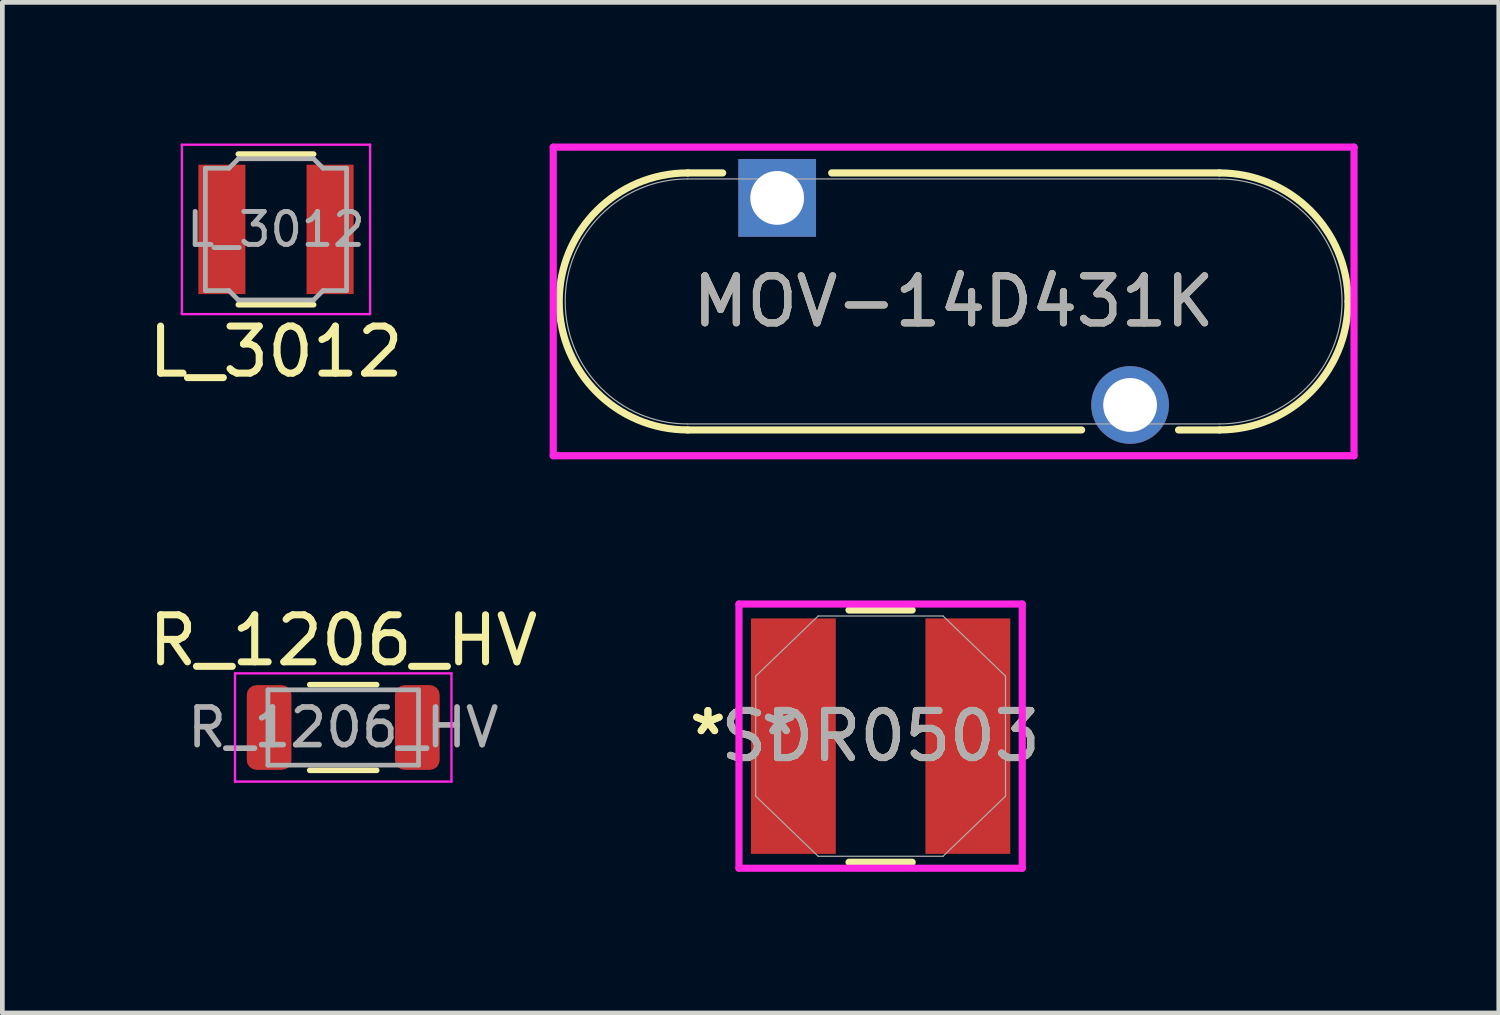
<source format=kicad_pcb>
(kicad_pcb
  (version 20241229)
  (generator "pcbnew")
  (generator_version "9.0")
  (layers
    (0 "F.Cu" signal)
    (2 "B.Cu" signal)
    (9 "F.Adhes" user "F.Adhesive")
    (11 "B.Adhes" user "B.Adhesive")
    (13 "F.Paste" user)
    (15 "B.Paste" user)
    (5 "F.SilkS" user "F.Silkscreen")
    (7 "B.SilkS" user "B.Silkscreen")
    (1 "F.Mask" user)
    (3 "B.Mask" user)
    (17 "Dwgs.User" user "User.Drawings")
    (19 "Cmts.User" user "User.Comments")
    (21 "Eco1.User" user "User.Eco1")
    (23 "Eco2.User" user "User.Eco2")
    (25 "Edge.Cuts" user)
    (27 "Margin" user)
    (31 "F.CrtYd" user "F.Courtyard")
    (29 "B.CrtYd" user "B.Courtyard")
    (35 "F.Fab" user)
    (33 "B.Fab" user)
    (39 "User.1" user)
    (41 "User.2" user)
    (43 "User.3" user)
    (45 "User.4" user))
  (footprint "MOV-14D431K"
    (layer "F.Cu")
    (at 17.216 3.356)
    (property "Reference" "MOV-14D431K" (at 0 0 0) (unlocked yes) (layer "F.SilkS") (effects (font (size 1 1) (thickness 0.15))))
    (attr through_hole)
    (fp_line (start -5.652 -2.731) (end -4.908 -2.731) (stroke (width 0.152) (type solid)) (layer "F.SilkS"))
    (fp_line (start -5.652 2.731) (end 2.72 2.731) (stroke (width 0.152) (type solid)) (layer "F.SilkS"))
    (fp_line (start -2.592 -2.731) (end 5.652 -2.731) (stroke (width 0.152) (type solid)) (layer "F.SilkS"))
    (fp_line (start 4.78 2.731) (end 5.652 2.731) (stroke (width 0.152) (type solid)) (layer "F.SilkS"))
    (fp_arc (start -5.6515 2.7305) (mid -8.382 0) (end -5.6515 -2.7305) (stroke (width 0.1524) (type solid)) (layer "F.SilkS"))
    (fp_arc (start 5.6515 -2.7305) (mid 7.582255 -1.930755) (end 8.382 0) (stroke (width 0.1524) (type solid)) (layer "F.SilkS"))
    (fp_arc (start 8.382 0) (mid 7.582255 1.930755) (end 5.6515 2.7305) (stroke (width 0.1524) (type solid)) (layer "F.SilkS"))
    (fp_line (start -8.509 -3.279) (end 8.509 -3.279) (stroke (width 0.152) (type solid)) (layer "F.CrtYd"))
    (fp_line (start -8.509 3.279) (end -8.509 -3.279) (stroke (width 0.152) (type solid)) (layer "F.CrtYd"))
    (fp_line (start 8.509 -3.279) (end 8.509 3.279) (stroke (width 0.152) (type solid)) (layer "F.CrtYd"))
    (fp_line (start 8.509 3.279) (end -8.509 3.279) (stroke (width 0.152) (type solid)) (layer "F.CrtYd"))
    (fp_line (start -5.652 -2.603) (end 5.652 -2.603) (stroke (width 0.025) (type solid)) (layer "F.Fab"))
    (fp_line (start -5.652 2.603) (end 5.652 2.603) (stroke (width 0.025) (type solid)) (layer "F.Fab"))
    (fp_arc (start -5.6515 2.6035) (mid -8.255 0) (end -5.6515 -2.6035) (stroke (width 0.0254) (type solid)) (layer "F.Fab"))
    (fp_arc (start 5.6515 -2.6035) (mid 8.255 0) (end 5.6515 2.6035) (stroke (width 0.0254) (type solid)) (layer "F.Fab"))
    (fp_text user "${REFERENCE}" (at 0 0 0) (unlocked yes) (layer "F.Fab") (effects (font (size 1 1) (thickness 0.15))))
    (pad "1" thru_hole rect (at -3.75 -2.2) (size 1.651 1.651) (drill 1.143) (layers "*.Cu" "*.Mask"))
    (pad "2" thru_hole circle (at 3.75 2.2) (size 1.651 1.651) (drill 1.143) (layers "*.Cu" "*.Mask")))
  (footprint "SDR0503"
    (layer "F.Cu")
    (at 15.664 12.594)
    (property "Reference" "SDR0503" (at 0 0 0) (unlocked yes) (layer "F.SilkS") (effects (font (size 1 1) (thickness 0.15))))
    (attr smd)
    (fp_line (start -0.671 2.68) (end 0.671 2.68) (stroke (width 0.152) (type solid)) (layer "F.SilkS"))
    (fp_line (start 0.671 -2.68) (end -0.671 -2.68) (stroke (width 0.152) (type solid)) (layer "F.SilkS"))
    (fp_line (start -3.01 -2.807) (end 3.01 -2.807) (stroke (width 0.152) (type solid)) (layer "F.CrtYd"))
    (fp_line (start -3.01 2.807) (end -3.01 -2.807) (stroke (width 0.152) (type solid)) (layer "F.CrtYd"))
    (fp_line (start 3.01 -2.807) (end 3.01 2.807) (stroke (width 0.152) (type solid)) (layer "F.CrtYd"))
    (fp_line (start 3.01 2.807) (end -3.01 2.807) (stroke (width 0.152) (type solid)) (layer "F.CrtYd"))
    (fp_line (start -2.654 -1.276) (end -2.654 1.276) (stroke (width 0.025) (type solid)) (layer "F.Fab"))
    (fp_line (start -2.654 1.276) (end -1.327 2.553) (stroke (width 0.025) (type solid)) (layer "F.Fab"))
    (fp_line (start -1.327 -2.553) (end -2.654 -1.276) (stroke (width 0.025) (type solid)) (layer "F.Fab"))
    (fp_line (start -1.327 2.553) (end 1.327 2.553) (stroke (width 0.025) (type solid)) (layer "F.Fab"))
    (fp_line (start 1.327 -2.553) (end -1.327 -2.553) (stroke (width 0.025) (type solid)) (layer "F.Fab"))
    (fp_line (start 1.327 2.553) (end 2.654 1.276) (stroke (width 0.025) (type solid)) (layer "F.Fab"))
    (fp_line (start 2.654 -1.276) (end 1.327 -2.553) (stroke (width 0.025) (type solid)) (layer "F.Fab"))
    (fp_line (start 2.654 1.276) (end 2.654 -1.276) (stroke (width 0.025) (type solid)) (layer "F.Fab"))
    (fp_text user "*" (at -3.67 0 0) (unlocked yes) (layer "F.SilkS") (effects (font (size 1 1) (thickness 0.15))))
    (fp_text user "*" (at -3.67 0 0) (layer "F.SilkS") (effects (font (size 1 1) (thickness 0.15))))
    (fp_text user "*" (at -2.146 0 0) (layer "F.Fab") (effects (font (size 1 1) (thickness 0.15))))
    (fp_text user "${REFERENCE}" (at 0 0 0) (unlocked yes) (layer "F.Fab") (effects (font (size 1 1) (thickness 0.15))))
    (fp_text user "*" (at -2.146 0 0) (unlocked yes) (layer "F.Fab") (effects (font (size 1 1) (thickness 0.15))))
    (pad "1" smd rect (at -1.854 0) (size 1.803 5.004) (layers "F.Cu" "F.Mask" "F.Paste"))
    (pad "2" smd rect (at 1.854 0) (size 1.803 5.004) (layers "F.Cu" "F.Mask" "F.Paste")))
  (footprint "L_3012"
    (layer "F.Cu")
    (at 2.815 1.825)
    (property "Reference" "L_3012" (at 0 2.6 0) (layer "F.SilkS") (effects (font (size 1 1) (thickness 0.15))))
    (attr smd)
    (fp_line (start -0.8 -1.6) (end 0.8 -1.6) (stroke (width 0.12) (type solid)) (layer "F.SilkS"))
    (fp_line (start -0.8 1.6) (end 0.8 1.6) (stroke (width 0.12) (type solid)) (layer "F.SilkS"))
    (fp_line (start -2 -1.8) (end -2 1.8) (stroke (width 0.05) (type solid)) (layer "F.CrtYd"))
    (fp_line (start -2 1.8) (end 2 1.8) (stroke (width 0.05) (type solid)) (layer "F.CrtYd"))
    (fp_line (start 2 -1.8) (end -2 -1.8) (stroke (width 0.05) (type solid)) (layer "F.CrtYd"))
    (fp_line (start 2 1.8) (end 2 -1.8) (stroke (width 0.05) (type solid)) (layer "F.CrtYd"))
    (fp_line (start -1.5 -1.3) (end -1.5 1.3) (stroke (width 0.1) (type solid)) (layer "F.Fab"))
    (fp_line (start -1.5 1.3) (end -1 1.3) (stroke (width 0.1) (type solid)) (layer "F.Fab"))
    (fp_line (start -1 -1.3) (end -1.5 -1.3) (stroke (width 0.1) (type solid)) (layer "F.Fab"))
    (fp_line (start -1 1.3) (end -0.8 1.5) (stroke (width 0.1) (type solid)) (layer "F.Fab"))
    (fp_line (start -0.8 -1.5) (end -1 -1.3) (stroke (width 0.1) (type solid)) (layer "F.Fab"))
    (fp_line (start -0.8 1.5) (end 0.8 1.5) (stroke (width 0.1) (type solid)) (layer "F.Fab"))
    (fp_line (start 0.8 -1.5) (end -0.8 -1.5) (stroke (width 0.1) (type solid)) (layer "F.Fab"))
    (fp_line (start 0.8 1.5) (end 1 1.3) (stroke (width 0.1) (type solid)) (layer "F.Fab"))
    (fp_line (start 1 -1.3) (end 0.8 -1.5) (stroke (width 0.1) (type solid)) (layer "F.Fab"))
    (fp_line (start 1 1.3) (end 1.5 1.3) (stroke (width 0.1) (type solid)) (layer "F.Fab"))
    (fp_line (start 1.5 -1.3) (end 1 -1.3) (stroke (width 0.1) (type solid)) (layer "F.Fab"))
    (fp_line (start 1.5 1.3) (end 1.5 -1.3) (stroke (width 0.1) (type solid)) (layer "F.Fab"))
    (fp_text user "${REFERENCE}" (at 0 0 0) (layer "F.Fab") (effects (font (size 0.7 0.7) (thickness 0.105))))
    (pad "1" smd rect (at -1.15 0) (size 1 2.75) (layers "F.Cu" "F.Mask" "F.Paste"))
    (pad "2" smd rect (at 1.15 0) (size 1 2.75) (layers "F.Cu" "F.Mask" "F.Paste")))
  (footprint "R_1206_HV"
    (layer "F.Cu")
    (at 4.244 12.41)
    (property "Reference" "R_1206_HV" (at 0 -1.85 0) (layer "F.SilkS") (effects (font (size 1 1) (thickness 0.15))))
    (attr smd)
    (fp_line (start -0.711 -0.91) (end 0.711 -0.91) (stroke (width 0.12) (type solid)) (layer "F.SilkS"))
    (fp_line (start -0.711 0.91) (end 0.711 0.91) (stroke (width 0.12) (type solid)) (layer "F.SilkS"))
    (fp_line (start -2.3 -1.15) (end 2.3 -1.15) (stroke (width 0.05) (type solid)) (layer "F.CrtYd"))
    (fp_line (start -2.3 1.15) (end -2.3 -1.15) (stroke (width 0.05) (type solid)) (layer "F.CrtYd"))
    (fp_line (start 2.3 -1.15) (end 2.3 1.15) (stroke (width 0.05) (type solid)) (layer "F.CrtYd"))
    (fp_line (start 2.3 1.15) (end -2.3 1.15) (stroke (width 0.05) (type solid)) (layer "F.CrtYd"))
    (fp_line (start -1.6 -0.8) (end 1.6 -0.8) (stroke (width 0.1) (type solid)) (layer "F.Fab"))
    (fp_line (start -1.6 0.8) (end -1.6 -0.8) (stroke (width 0.1) (type solid)) (layer "F.Fab"))
    (fp_line (start 1.6 -0.8) (end 1.6 0.8) (stroke (width 0.1) (type solid)) (layer "F.Fab"))
    (fp_line (start 1.6 0.8) (end -1.6 0.8) (stroke (width 0.1) (type solid)) (layer "F.Fab"))
    (fp_text user "${REFERENCE}" (at 0 0 0) (layer "F.Fab") (effects (font (size 0.8 0.8) (thickness 0.12))))
    (pad "1" smd roundrect (at -1.575 0) (size 0.95 1.8) (layers "F.Cu" "F.Mask" "F.Paste") (roundrect_rratio 0.217))
    (pad "2" smd roundrect (at 1.575 0) (size 0.95 1.8) (layers "F.Cu" "F.Mask" "F.Paste") (roundrect_rratio 0.217)))
  (gr_rect
    (start -3 -3)
    (end 28.801 18.477)
    (stroke (width 0.1) (type default))
    (fill no)
    (layer "Edge.Cuts")))
</source>
